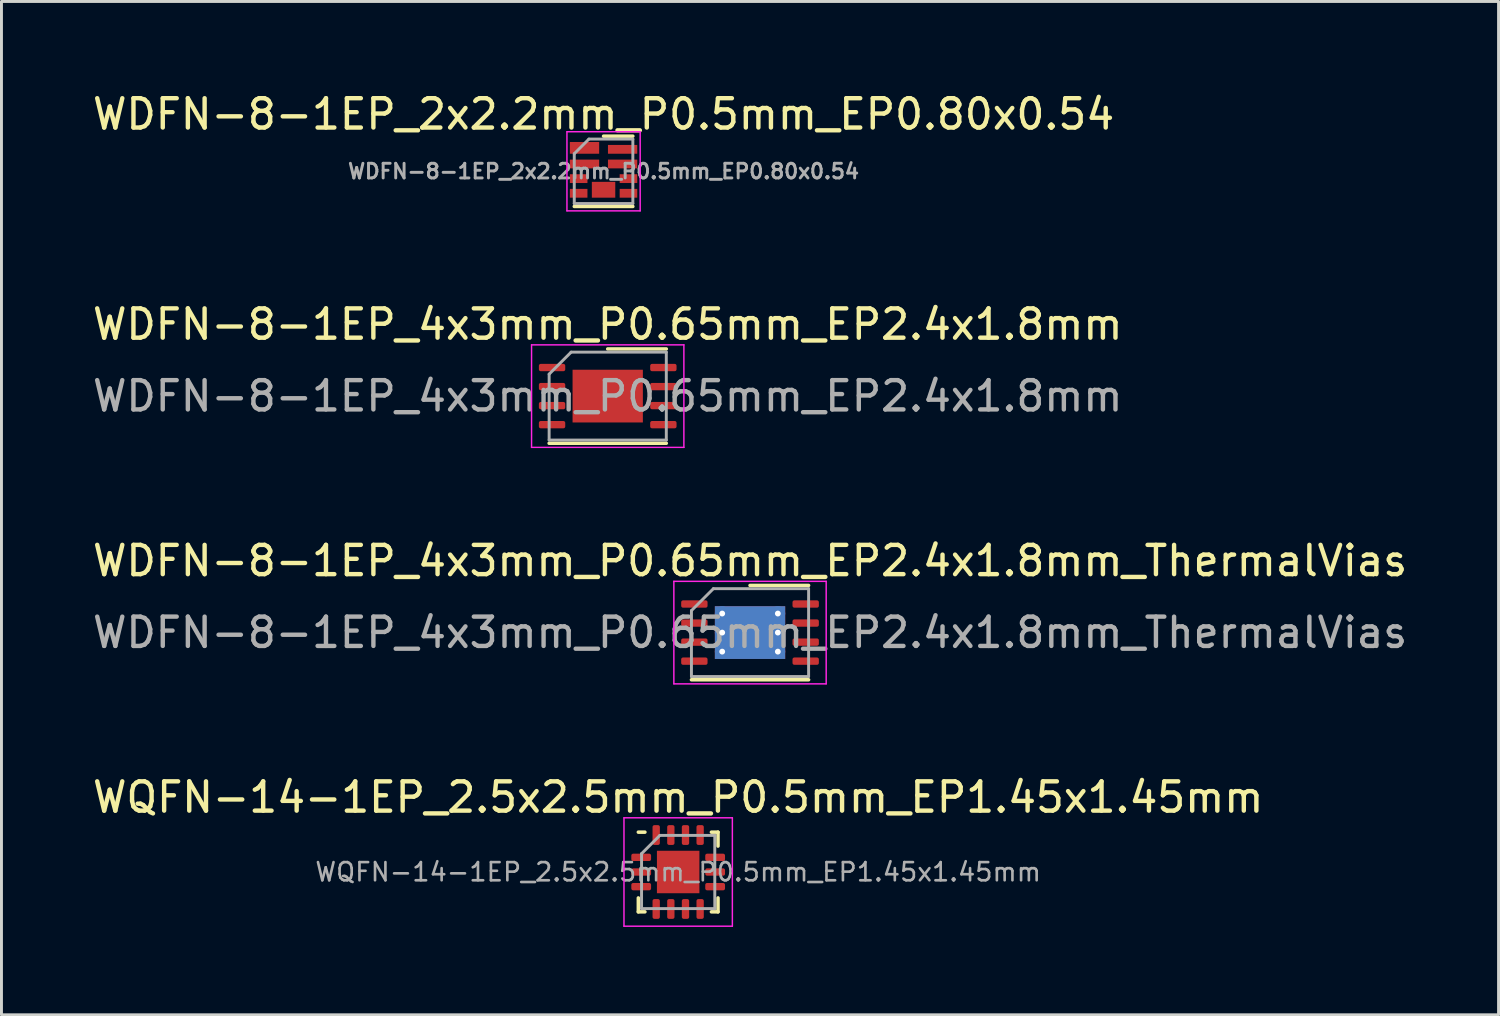
<source format=kicad_pcb>
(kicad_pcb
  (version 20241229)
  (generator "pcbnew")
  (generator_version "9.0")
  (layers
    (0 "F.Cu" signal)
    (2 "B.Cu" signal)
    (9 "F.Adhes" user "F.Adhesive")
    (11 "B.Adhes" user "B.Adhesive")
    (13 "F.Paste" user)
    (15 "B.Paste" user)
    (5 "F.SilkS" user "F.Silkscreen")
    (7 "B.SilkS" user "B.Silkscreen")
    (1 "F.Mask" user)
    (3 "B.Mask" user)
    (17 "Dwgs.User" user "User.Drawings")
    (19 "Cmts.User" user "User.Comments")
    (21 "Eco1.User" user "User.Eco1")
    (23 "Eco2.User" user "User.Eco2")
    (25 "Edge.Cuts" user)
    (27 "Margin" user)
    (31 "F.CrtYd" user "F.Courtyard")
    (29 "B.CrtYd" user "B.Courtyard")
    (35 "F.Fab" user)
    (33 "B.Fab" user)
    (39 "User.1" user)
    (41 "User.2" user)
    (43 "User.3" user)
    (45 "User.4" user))
  (footprint "WDFN-8-1EP_4x3mm_P0.65mm_EP2.4x1.8mm"
    (layer "F.Cu")
    (at 17.696 10.472)
    (property "Reference" "WDFN-8-1EP_4x3mm_P0.65mm_EP2.4x1.8mm" (at 0 -2.45 0) (layer "F.SilkS") (effects (font (size 1 1) (thickness 0.15))))
    (attr smd)
    (fp_line (start -2 1.61) (end 2 1.61) (stroke (width 0.12) (type solid)) (layer "F.SilkS"))
    (fp_line (start 0 -1.61) (end 2 -1.61) (stroke (width 0.12) (type solid)) (layer "F.SilkS"))
    (fp_line (start -2.6 -1.75) (end -2.6 1.75) (stroke (width 0.05) (type solid)) (layer "F.CrtYd"))
    (fp_line (start -2.6 1.75) (end 2.6 1.75) (stroke (width 0.05) (type solid)) (layer "F.CrtYd"))
    (fp_line (start 2.6 -1.75) (end -2.6 -1.75) (stroke (width 0.05) (type solid)) (layer "F.CrtYd"))
    (fp_line (start 2.6 1.75) (end 2.6 -1.75) (stroke (width 0.05) (type solid)) (layer "F.CrtYd"))
    (fp_line (start -2 -0.75) (end -1.25 -1.5) (stroke (width 0.1) (type solid)) (layer "F.Fab"))
    (fp_line (start -2 1.5) (end -2 -0.75) (stroke (width 0.1) (type solid)) (layer "F.Fab"))
    (fp_line (start -1.25 -1.5) (end 2 -1.5) (stroke (width 0.1) (type solid)) (layer "F.Fab"))
    (fp_line (start 2 -1.5) (end 2 1.5) (stroke (width 0.1) (type solid)) (layer "F.Fab"))
    (fp_line (start 2 1.5) (end -2 1.5) (stroke (width 0.1) (type solid)) (layer "F.Fab"))
    (fp_text user "${REFERENCE}" (at 0 0 0) (layer "F.Fab") (effects (font (size 1 1) (thickness 0.15))))
    (pad "" smd roundrect (at -0.6 -0.45) (size 0.97 0.73) (layers "F.Paste") (roundrect_rratio 0.25))
    (pad "" smd roundrect (at -0.6 0.45) (size 0.97 0.73) (layers "F.Paste") (roundrect_rratio 0.25))
    (pad "" smd roundrect (at 0.6 -0.45) (size 0.97 0.73) (layers "F.Paste") (roundrect_rratio 0.25))
    (pad "" smd roundrect (at 0.6 0.45) (size 0.97 0.73) (layers "F.Paste") (roundrect_rratio 0.25))
    (pad "1" smd roundrect (at -1.9 -0.975) (size 0.9 0.25) (layers "F.Cu" "F.Mask" "F.Paste") (roundrect_rratio 0.25))
    (pad "2" smd roundrect (at -1.9 -0.325) (size 0.9 0.25) (layers "F.Cu" "F.Mask" "F.Paste") (roundrect_rratio 0.25))
    (pad "3" smd roundrect (at -1.9 0.325) (size 0.9 0.25) (layers "F.Cu" "F.Mask" "F.Paste") (roundrect_rratio 0.25))
    (pad "4" smd roundrect (at -1.9 0.975) (size 0.9 0.25) (layers "F.Cu" "F.Mask" "F.Paste") (roundrect_rratio 0.25))
    (pad "5" smd roundrect (at 1.9 0.975) (size 0.9 0.25) (layers "F.Cu" "F.Mask" "F.Paste") (roundrect_rratio 0.25))
    (pad "6" smd roundrect (at 1.9 0.325) (size 0.9 0.25) (layers "F.Cu" "F.Mask" "F.Paste") (roundrect_rratio 0.25))
    (pad "7" smd roundrect (at 1.9 -0.325) (size 0.9 0.25) (layers "F.Cu" "F.Mask" "F.Paste") (roundrect_rratio 0.25))
    (pad "8" smd roundrect (at 1.9 -0.975) (size 0.9 0.25) (layers "F.Cu" "F.Mask" "F.Paste") (roundrect_rratio 0.25))
    (pad "9" smd rect (at 0 0) (size 2.4 1.8) (layers "F.Cu" "F.Mask")))
  (footprint "WDFN-8-1EP_4x3mm_P0.65mm_EP2.4x1.8mm_ThermalVias"
    (layer "F.Cu")
    (at 22.554 18.545)
    (property "Reference" "WDFN-8-1EP_4x3mm_P0.65mm_EP2.4x1.8mm_ThermalVias" (at 0 -2.45 0) (layer "F.SilkS") (effects (font (size 1 1) (thickness 0.15))))
    (attr smd)
    (fp_line (start -2 1.61) (end 2 1.61) (stroke (width 0.12) (type solid)) (layer "F.SilkS"))
    (fp_line (start 0 -1.61) (end 2 -1.61) (stroke (width 0.12) (type solid)) (layer "F.SilkS"))
    (fp_line (start -2.6 -1.75) (end -2.6 1.75) (stroke (width 0.05) (type solid)) (layer "F.CrtYd"))
    (fp_line (start -2.6 1.75) (end 2.6 1.75) (stroke (width 0.05) (type solid)) (layer "F.CrtYd"))
    (fp_line (start 2.6 -1.75) (end -2.6 -1.75) (stroke (width 0.05) (type solid)) (layer "F.CrtYd"))
    (fp_line (start 2.6 1.75) (end 2.6 -1.75) (stroke (width 0.05) (type solid)) (layer "F.CrtYd"))
    (fp_line (start -2 -0.75) (end -1.25 -1.5) (stroke (width 0.1) (type solid)) (layer "F.Fab"))
    (fp_line (start -2 1.5) (end -2 -0.75) (stroke (width 0.1) (type solid)) (layer "F.Fab"))
    (fp_line (start -1.25 -1.5) (end 2 -1.5) (stroke (width 0.1) (type solid)) (layer "F.Fab"))
    (fp_line (start 2 -1.5) (end 2 1.5) (stroke (width 0.1) (type solid)) (layer "F.Fab"))
    (fp_line (start 2 1.5) (end -2 1.5) (stroke (width 0.1) (type solid)) (layer "F.Fab"))
    (fp_text user "${REFERENCE}" (at 0 0 0) (layer "F.Fab") (effects (font (size 1 1) (thickness 0.15))))
    (pad "" smd roundrect (at -0.6 -0.45) (size 0.97 0.73) (layers "F.Paste") (roundrect_rratio 0.25))
    (pad "" smd roundrect (at -0.6 0.45) (size 0.97 0.73) (layers "F.Paste") (roundrect_rratio 0.25))
    (pad "" smd roundrect (at 0.6 -0.45) (size 0.97 0.73) (layers "F.Paste") (roundrect_rratio 0.25))
    (pad "" smd roundrect (at 0.6 0.45) (size 0.97 0.73) (layers "F.Paste") (roundrect_rratio 0.25))
    (pad "1" smd roundrect (at -1.9 -0.975) (size 0.9 0.25) (layers "F.Cu" "F.Mask" "F.Paste") (roundrect_rratio 0.25))
    (pad "2" smd roundrect (at -1.9 -0.325) (size 0.9 0.25) (layers "F.Cu" "F.Mask" "F.Paste") (roundrect_rratio 0.25))
    (pad "3" smd roundrect (at -1.9 0.325) (size 0.9 0.25) (layers "F.Cu" "F.Mask" "F.Paste") (roundrect_rratio 0.25))
    (pad "4" smd roundrect (at -1.9 0.975) (size 0.9 0.25) (layers "F.Cu" "F.Mask" "F.Paste") (roundrect_rratio 0.25))
    (pad "5" smd roundrect (at 1.9 0.975) (size 0.9 0.25) (layers "F.Cu" "F.Mask" "F.Paste") (roundrect_rratio 0.25))
    (pad "6" smd roundrect (at 1.9 0.325) (size 0.9 0.25) (layers "F.Cu" "F.Mask" "F.Paste") (roundrect_rratio 0.25))
    (pad "7" smd roundrect (at 1.9 -0.325) (size 0.9 0.25) (layers "F.Cu" "F.Mask" "F.Paste") (roundrect_rratio 0.25))
    (pad "8" smd roundrect (at 1.9 -0.975) (size 0.9 0.25) (layers "F.Cu" "F.Mask" "F.Paste") (roundrect_rratio 0.25))
    (pad "9" thru_hole circle (at -0.95 -0.65) (size 0.5 0.5) (drill 0.2) (layers "*.Cu"))
    (pad "9" thru_hole circle (at -0.95 0) (size 0.5 0.5) (drill 0.2) (layers "*.Cu"))
    (pad "9" thru_hole circle (at -0.95 0.65) (size 0.5 0.5) (drill 0.2) (layers "*.Cu"))
    (pad "9" smd rect (at 0 0) (size 2.4 1.8) (layers "F.Cu" "F.Mask"))
    (pad "9" smd rect (at 0 0) (size 2.4 1.8) (layers "B.Cu"))
    (pad "9" thru_hole circle (at 0.95 -0.65) (size 0.5 0.5) (drill 0.2) (layers "*.Cu"))
    (pad "9" thru_hole circle (at 0.95 0) (size 0.5 0.5) (drill 0.2) (layers "*.Cu"))
    (pad "9" thru_hole circle (at 0.95 0.65) (size 0.5 0.5) (drill 0.2) (layers "*.Cu")))
  (footprint "WQFN-14-1EP_2.5x2.5mm_P0.5mm_EP1.45x1.45mm"
    (layer "F.Cu")
    (at 20.101 26.718)
    (property "Reference" "WQFN-14-1EP_2.5x2.5mm_P0.5mm_EP1.45x1.45mm" (at 0 -2.55 0) (layer "F.SilkS") (effects (font (size 1 1) (thickness 0.15))))
    (attr smd)
    (fp_line (start -1.36 1.36) (end -1.36 0.885) (stroke (width 0.12) (type solid)) (layer "F.SilkS"))
    (fp_line (start -1.135 -1.36) (end -1.36 -1.36) (stroke (width 0.12) (type solid)) (layer "F.SilkS"))
    (fp_line (start -1.135 1.36) (end -1.36 1.36) (stroke (width 0.12) (type solid)) (layer "F.SilkS"))
    (fp_line (start 1.135 -1.36) (end 1.36 -1.36) (stroke (width 0.12) (type solid)) (layer "F.SilkS"))
    (fp_line (start 1.135 1.36) (end 1.36 1.36) (stroke (width 0.12) (type solid)) (layer "F.SilkS"))
    (fp_line (start 1.36 -1.36) (end 1.36 -0.885) (stroke (width 0.12) (type solid)) (layer "F.SilkS"))
    (fp_line (start 1.36 1.36) (end 1.36 0.885) (stroke (width 0.12) (type solid)) (layer "F.SilkS"))
    (fp_line (start -1.85 -1.85) (end -1.85 1.85) (stroke (width 0.05) (type solid)) (layer "F.CrtYd"))
    (fp_line (start -1.85 1.85) (end 1.85 1.85) (stroke (width 0.05) (type solid)) (layer "F.CrtYd"))
    (fp_line (start 1.85 -1.85) (end -1.85 -1.85) (stroke (width 0.05) (type solid)) (layer "F.CrtYd"))
    (fp_line (start 1.85 1.85) (end 1.85 -1.85) (stroke (width 0.05) (type solid)) (layer "F.CrtYd"))
    (fp_line (start -1.25 -0.625) (end -0.625 -1.25) (stroke (width 0.1) (type solid)) (layer "F.Fab"))
    (fp_line (start -1.25 1.25) (end -1.25 -0.625) (stroke (width 0.1) (type solid)) (layer "F.Fab"))
    (fp_line (start -0.625 -1.25) (end 1.25 -1.25) (stroke (width 0.1) (type solid)) (layer "F.Fab"))
    (fp_line (start 1.25 -1.25) (end 1.25 1.25) (stroke (width 0.1) (type solid)) (layer "F.Fab"))
    (fp_line (start 1.25 1.25) (end -1.25 1.25) (stroke (width 0.1) (type solid)) (layer "F.Fab"))
    (fp_text user "${REFERENCE}" (at 0 0 0) (layer "F.Fab") (effects (font (size 0.62 0.62) (thickness 0.09))))
    (pad "" smd roundrect (at -0.36 -0.36) (size 0.58 0.58) (layers "F.Paste") (roundrect_rratio 0.25))
    (pad "" smd roundrect (at -0.36 0.36) (size 0.58 0.58) (layers "F.Paste") (roundrect_rratio 0.25))
    (pad "" smd roundrect (at 0.36 -0.36) (size 0.58 0.58) (layers "F.Paste") (roundrect_rratio 0.25))
    (pad "" smd roundrect (at 0.36 0.36) (size 0.58 0.58) (layers "F.Paste") (roundrect_rratio 0.25))
    (pad "1" smd roundrect (at -1.262 -0.5) (size 0.675 0.25) (layers "F.Cu" "F.Mask" "F.Paste") (roundrect_rratio 0.25))
    (pad "2" smd roundrect (at -1.262 0) (size 0.675 0.25) (layers "F.Cu" "F.Mask" "F.Paste") (roundrect_rratio 0.25))
    (pad "3" smd roundrect (at -1.262 0.5) (size 0.675 0.25) (layers "F.Cu" "F.Mask" "F.Paste") (roundrect_rratio 0.25))
    (pad "4" smd roundrect (at -0.75 1.262) (size 0.25 0.675) (layers "F.Cu" "F.Mask" "F.Paste") (roundrect_rratio 0.25))
    (pad "5" smd roundrect (at -0.25 1.262) (size 0.25 0.675) (layers "F.Cu" "F.Mask" "F.Paste") (roundrect_rratio 0.25))
    (pad "6" smd roundrect (at 0.25 1.262) (size 0.25 0.675) (layers "F.Cu" "F.Mask" "F.Paste") (roundrect_rratio 0.25))
    (pad "7" smd roundrect (at 0.75 1.262) (size 0.25 0.675) (layers "F.Cu" "F.Mask" "F.Paste") (roundrect_rratio 0.25))
    (pad "8" smd roundrect (at 1.262 0.5) (size 0.675 0.25) (layers "F.Cu" "F.Mask" "F.Paste") (roundrect_rratio 0.25))
    (pad "9" smd roundrect (at 1.262 0) (size 0.675 0.25) (layers "F.Cu" "F.Mask" "F.Paste") (roundrect_rratio 0.25))
    (pad "10" smd roundrect (at 1.262 -0.5) (size 0.675 0.25) (layers "F.Cu" "F.Mask" "F.Paste") (roundrect_rratio 0.25))
    (pad "11" smd roundrect (at 0.75 -1.262) (size 0.25 0.675) (layers "F.Cu" "F.Mask" "F.Paste") (roundrect_rratio 0.25))
    (pad "12" smd roundrect (at 0.25 -1.262) (size 0.25 0.675) (layers "F.Cu" "F.Mask" "F.Paste") (roundrect_rratio 0.25))
    (pad "13" smd roundrect (at -0.25 -1.262) (size 0.25 0.675) (layers "F.Cu" "F.Mask" "F.Paste") (roundrect_rratio 0.25))
    (pad "14" smd roundrect (at -0.75 -1.262) (size 0.25 0.675) (layers "F.Cu" "F.Mask" "F.Paste") (roundrect_rratio 0.25))
    (pad "15" smd rect (at 0 0) (size 1.45 1.45) (layers "F.Cu" "F.Mask")))
  (footprint "WDFN-8-1EP_2x2.2mm_P0.5mm_EP0.80x0.54"
    (layer "F.Cu")
    (at 17.554 2.798)
    (property "Reference" "WDFN-8-1EP_2x2.2mm_P0.5mm_EP0.80x0.54" (at 0 -1.95 0) (layer "F.SilkS") (effects (font (size 1 1) (thickness 0.15))))
    (attr smd)
    (fp_line (start -1 1.2) (end 1 1.2) (stroke (width 0.12) (type solid)) (layer "F.SilkS"))
    (fp_line (start 0 -1.2) (end 1 -1.2) (stroke (width 0.12) (type solid)) (layer "F.SilkS"))
    (fp_line (start -1.25 -1.35) (end -1.25 1.35) (stroke (width 0.05) (type solid)) (layer "F.CrtYd"))
    (fp_line (start -1.25 -1.35) (end 1.25 -1.35) (stroke (width 0.05) (type solid)) (layer "F.CrtYd"))
    (fp_line (start -1.25 1.35) (end 1.25 1.35) (stroke (width 0.05) (type solid)) (layer "F.CrtYd"))
    (fp_line (start 1.25 -1.35) (end 1.25 1.35) (stroke (width 0.05) (type solid)) (layer "F.CrtYd"))
    (fp_line (start -1 -0.6) (end -0.5 -1.1) (stroke (width 0.1) (type solid)) (layer "F.Fab"))
    (fp_line (start -1 1.1) (end -1 -0.6) (stroke (width 0.1) (type solid)) (layer "F.Fab"))
    (fp_line (start -0.5 -1.1) (end 1 -1.1) (stroke (width 0.1) (type solid)) (layer "F.Fab"))
    (fp_line (start 1 -1.1) (end 1 1.1) (stroke (width 0.1) (type solid)) (layer "F.Fab"))
    (fp_line (start 1 1.1) (end -1 1.1) (stroke (width 0.1) (type solid)) (layer "F.Fab"))
    (fp_text user "${REFERENCE}" (at 0 0 0) (layer "F.Fab") (effects (font (size 0.5 0.5) (thickness 0.1))))
    (pad "1" smd rect (at -0.65 -0.8) (size 1 0.4) (layers "F.Cu" "F.Mask" "F.Paste"))
    (pad "2" smd rect (at -0.65 -0.25) (size 1 0.3) (layers "F.Cu" "F.Mask" "F.Paste"))
    (pad "3" smd rect (at -0.85 0.25) (size 0.6 0.3) (layers "F.Cu" "F.Mask" "F.Paste"))
    (pad "4" smd rect (at -0.85 0.75) (size 0.6 0.3) (layers "F.Cu" "F.Mask" "F.Paste"))
    (pad "5" smd rect (at 0.85 0.75) (size 0.6 0.3) (layers "F.Cu" "F.Mask" "F.Paste"))
    (pad "6" smd rect (at 0.85 0.25) (size 0.6 0.3) (layers "F.Cu" "F.Mask" "F.Paste"))
    (pad "7" smd rect (at 0.65 -0.25) (size 1 0.3) (layers "F.Cu" "F.Mask" "F.Paste"))
    (pad "8" smd rect (at 0.65 -0.75) (size 1 0.3) (layers "F.Cu" "F.Mask" "F.Paste"))
    (pad "9" smd rect (at 0 0.63) (size 0.8 0.54) (layers "F.Cu" "F.Mask" "F.Paste")))
  (gr_rect
    (start -3 -3)
    (end 48.107 31.593)
    (stroke (width 0.1) (type default))
    (fill no)
    (layer "Edge.Cuts")))
</source>
